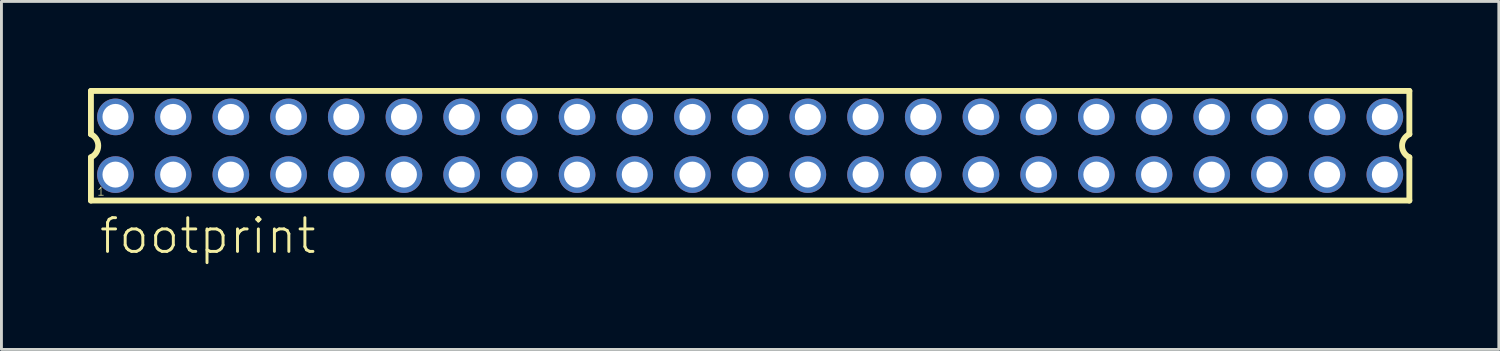
<source format=kicad_pcb>
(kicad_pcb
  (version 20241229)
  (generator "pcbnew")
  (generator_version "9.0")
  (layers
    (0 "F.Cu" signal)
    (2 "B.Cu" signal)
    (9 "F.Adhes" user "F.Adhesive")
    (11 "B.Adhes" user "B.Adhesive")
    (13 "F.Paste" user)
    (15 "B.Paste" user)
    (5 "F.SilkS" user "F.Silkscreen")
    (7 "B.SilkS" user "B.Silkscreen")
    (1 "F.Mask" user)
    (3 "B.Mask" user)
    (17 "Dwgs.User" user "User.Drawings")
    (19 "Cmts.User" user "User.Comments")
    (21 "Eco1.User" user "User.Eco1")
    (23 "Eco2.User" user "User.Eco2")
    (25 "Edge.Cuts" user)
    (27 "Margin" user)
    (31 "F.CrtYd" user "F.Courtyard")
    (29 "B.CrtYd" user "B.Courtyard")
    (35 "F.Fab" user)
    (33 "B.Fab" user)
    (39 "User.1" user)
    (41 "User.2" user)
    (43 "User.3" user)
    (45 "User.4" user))
  (footprint "footprint"
    (layer "F.Cu")
    (at 22.952 2.002)
    (property "Reference" "footprint" (at -22.62 3.81 0) (layer "F.SilkS") (effects (font (size 1.168 1.168) (thickness 0.102)) (justify left bottom)))
    (fp_line (start -22.85 -1.9) (end -22.85 -0.4) (stroke (width 0.203) (type solid)) (layer "F.SilkS"))
    (fp_line (start -22.85 0.4) (end -22.85 1.9) (stroke (width 0.203) (type solid)) (layer "F.SilkS"))
    (fp_line (start -22.85 1.9) (end 22.85 1.9) (stroke (width 0.203) (type solid)) (layer "F.SilkS"))
    (fp_line (start 22.85 -1.9) (end -22.85 -1.9) (stroke (width 0.203) (type solid)) (layer "F.SilkS"))
    (fp_line (start 22.85 -0.4) (end 22.85 -1.9) (stroke (width 0.203) (type solid)) (layer "F.SilkS"))
    (fp_line (start 22.85 1.9) (end 22.85 0.4) (stroke (width 0.203) (type solid)) (layer "F.SilkS"))
    (fp_arc (start -22.85 -0.4) (mid -22.597168 -0.000001) (end -22.849998 0.399999) (stroke (width 0.2032) (type solid)) (layer "F.SilkS"))
    (fp_arc (start 22.85 0.4) (mid 22.597168 0.000001) (end 22.849998 -0.399999) (stroke (width 0.2032) (type solid)) (layer "F.SilkS"))
    (fp_poly (pts (xy -22.25 -0.75) (xy -21.75 -0.75) (xy -21.75 -1.25) (xy -22.25 -1.25)) (stroke (width 0.1) (type solid)) (fill no) (layer "F.Fab"))
    (fp_poly (pts (xy -22.25 1.25) (xy -21.75 1.25) (xy -21.75 0.75) (xy -22.25 0.75)) (stroke (width 0.1) (type solid)) (fill no) (layer "F.Fab"))
    (fp_poly (pts (xy -20.25 -0.75) (xy -19.75 -0.75) (xy -19.75 -1.25) (xy -20.25 -1.25)) (stroke (width 0.1) (type solid)) (fill no) (layer "F.Fab"))
    (fp_poly (pts (xy -20.25 1.25) (xy -19.75 1.25) (xy -19.75 0.75) (xy -20.25 0.75)) (stroke (width 0.1) (type solid)) (fill no) (layer "F.Fab"))
    (fp_poly (pts (xy -18.25 -0.75) (xy -17.75 -0.75) (xy -17.75 -1.25) (xy -18.25 -1.25)) (stroke (width 0.1) (type solid)) (fill no) (layer "F.Fab"))
    (fp_poly (pts (xy -18.25 1.25) (xy -17.75 1.25) (xy -17.75 0.75) (xy -18.25 0.75)) (stroke (width 0.1) (type solid)) (fill no) (layer "F.Fab"))
    (fp_poly (pts (xy -16.25 -0.75) (xy -15.75 -0.75) (xy -15.75 -1.25) (xy -16.25 -1.25)) (stroke (width 0.1) (type solid)) (fill no) (layer "F.Fab"))
    (fp_poly (pts (xy -16.25 1.25) (xy -15.75 1.25) (xy -15.75 0.75) (xy -16.25 0.75)) (stroke (width 0.1) (type solid)) (fill no) (layer "F.Fab"))
    (fp_poly (pts (xy -14.25 -0.75) (xy -13.75 -0.75) (xy -13.75 -1.25) (xy -14.25 -1.25)) (stroke (width 0.1) (type solid)) (fill no) (layer "F.Fab"))
    (fp_poly (pts (xy -14.25 1.25) (xy -13.75 1.25) (xy -13.75 0.75) (xy -14.25 0.75)) (stroke (width 0.1) (type solid)) (fill no) (layer "F.Fab"))
    (fp_poly (pts (xy -12.25 -0.75) (xy -11.75 -0.75) (xy -11.75 -1.25) (xy -12.25 -1.25)) (stroke (width 0.1) (type solid)) (fill no) (layer "F.Fab"))
    (fp_poly (pts (xy -12.25 1.25) (xy -11.75 1.25) (xy -11.75 0.75) (xy -12.25 0.75)) (stroke (width 0.1) (type solid)) (fill no) (layer "F.Fab"))
    (fp_poly (pts (xy -10.25 -0.75) (xy -9.75 -0.75) (xy -9.75 -1.25) (xy -10.25 -1.25)) (stroke (width 0.1) (type solid)) (fill no) (layer "F.Fab"))
    (fp_poly (pts (xy -10.25 1.25) (xy -9.75 1.25) (xy -9.75 0.75) (xy -10.25 0.75)) (stroke (width 0.1) (type solid)) (fill no) (layer "F.Fab"))
    (fp_poly (pts (xy -8.25 -0.75) (xy -7.75 -0.75) (xy -7.75 -1.25) (xy -8.25 -1.25)) (stroke (width 0.1) (type solid)) (fill no) (layer "F.Fab"))
    (fp_poly (pts (xy -8.25 1.25) (xy -7.75 1.25) (xy -7.75 0.75) (xy -8.25 0.75)) (stroke (width 0.1) (type solid)) (fill no) (layer "F.Fab"))
    (fp_poly (pts (xy -6.25 -0.75) (xy -5.75 -0.75) (xy -5.75 -1.25) (xy -6.25 -1.25)) (stroke (width 0.1) (type solid)) (fill no) (layer "F.Fab"))
    (fp_poly (pts (xy -6.25 1.25) (xy -5.75 1.25) (xy -5.75 0.75) (xy -6.25 0.75)) (stroke (width 0.1) (type solid)) (fill no) (layer "F.Fab"))
    (fp_poly (pts (xy -4.25 -0.75) (xy -3.75 -0.75) (xy -3.75 -1.25) (xy -4.25 -1.25)) (stroke (width 0.1) (type solid)) (fill no) (layer "F.Fab"))
    (fp_poly (pts (xy -4.25 1.25) (xy -3.75 1.25) (xy -3.75 0.75) (xy -4.25 0.75)) (stroke (width 0.1) (type solid)) (fill no) (layer "F.Fab"))
    (fp_poly (pts (xy -2.25 -0.75) (xy -1.75 -0.75) (xy -1.75 -1.25) (xy -2.25 -1.25)) (stroke (width 0.1) (type solid)) (fill no) (layer "F.Fab"))
    (fp_poly (pts (xy -2.25 1.25) (xy -1.75 1.25) (xy -1.75 0.75) (xy -2.25 0.75)) (stroke (width 0.1) (type solid)) (fill no) (layer "F.Fab"))
    (fp_poly (pts (xy -0.25 -0.75) (xy 0.25 -0.75) (xy 0.25 -1.25) (xy -0.25 -1.25)) (stroke (width 0.1) (type solid)) (fill no) (layer "F.Fab"))
    (fp_poly (pts (xy -0.25 1.25) (xy 0.25 1.25) (xy 0.25 0.75) (xy -0.25 0.75)) (stroke (width 0.1) (type solid)) (fill no) (layer "F.Fab"))
    (fp_poly (pts (xy 1.75 -0.75) (xy 2.25 -0.75) (xy 2.25 -1.25) (xy 1.75 -1.25)) (stroke (width 0.1) (type solid)) (fill no) (layer "F.Fab"))
    (fp_poly (pts (xy 1.75 1.25) (xy 2.25 1.25) (xy 2.25 0.75) (xy 1.75 0.75)) (stroke (width 0.1) (type solid)) (fill no) (layer "F.Fab"))
    (fp_poly (pts (xy 3.75 -0.75) (xy 4.25 -0.75) (xy 4.25 -1.25) (xy 3.75 -1.25)) (stroke (width 0.1) (type solid)) (fill no) (layer "F.Fab"))
    (fp_poly (pts (xy 3.75 1.25) (xy 4.25 1.25) (xy 4.25 0.75) (xy 3.75 0.75)) (stroke (width 0.1) (type solid)) (fill no) (layer "F.Fab"))
    (fp_poly (pts (xy 5.75 -0.75) (xy 6.25 -0.75) (xy 6.25 -1.25) (xy 5.75 -1.25)) (stroke (width 0.1) (type solid)) (fill no) (layer "F.Fab"))
    (fp_poly (pts (xy 5.75 1.25) (xy 6.25 1.25) (xy 6.25 0.75) (xy 5.75 0.75)) (stroke (width 0.1) (type solid)) (fill no) (layer "F.Fab"))
    (fp_poly (pts (xy 7.75 -0.75) (xy 8.25 -0.75) (xy 8.25 -1.25) (xy 7.75 -1.25)) (stroke (width 0.1) (type solid)) (fill no) (layer "F.Fab"))
    (fp_poly (pts (xy 7.75 1.25) (xy 8.25 1.25) (xy 8.25 0.75) (xy 7.75 0.75)) (stroke (width 0.1) (type solid)) (fill no) (layer "F.Fab"))
    (fp_poly (pts (xy 9.75 -0.75) (xy 10.25 -0.75) (xy 10.25 -1.25) (xy 9.75 -1.25)) (stroke (width 0.1) (type solid)) (fill no) (layer "F.Fab"))
    (fp_poly (pts (xy 9.75 1.25) (xy 10.25 1.25) (xy 10.25 0.75) (xy 9.75 0.75)) (stroke (width 0.1) (type solid)) (fill no) (layer "F.Fab"))
    (fp_poly (pts (xy 11.75 -0.75) (xy 12.25 -0.75) (xy 12.25 -1.25) (xy 11.75 -1.25)) (stroke (width 0.1) (type solid)) (fill no) (layer "F.Fab"))
    (fp_poly (pts (xy 11.75 1.25) (xy 12.25 1.25) (xy 12.25 0.75) (xy 11.75 0.75)) (stroke (width 0.1) (type solid)) (fill no) (layer "F.Fab"))
    (fp_poly (pts (xy 13.75 -0.75) (xy 14.25 -0.75) (xy 14.25 -1.25) (xy 13.75 -1.25)) (stroke (width 0.1) (type solid)) (fill no) (layer "F.Fab"))
    (fp_poly (pts (xy 13.75 1.25) (xy 14.25 1.25) (xy 14.25 0.75) (xy 13.75 0.75)) (stroke (width 0.1) (type solid)) (fill no) (layer "F.Fab"))
    (fp_poly (pts (xy 15.75 -0.75) (xy 16.25 -0.75) (xy 16.25 -1.25) (xy 15.75 -1.25)) (stroke (width 0.1) (type solid)) (fill no) (layer "F.Fab"))
    (fp_poly (pts (xy 15.75 1.25) (xy 16.25 1.25) (xy 16.25 0.75) (xy 15.75 0.75)) (stroke (width 0.1) (type solid)) (fill no) (layer "F.Fab"))
    (fp_poly (pts (xy 17.75 -0.75) (xy 18.25 -0.75) (xy 18.25 -1.25) (xy 17.75 -1.25)) (stroke (width 0.1) (type solid)) (fill no) (layer "F.Fab"))
    (fp_poly (pts (xy 17.75 1.25) (xy 18.25 1.25) (xy 18.25 0.75) (xy 17.75 0.75)) (stroke (width 0.1) (type solid)) (fill no) (layer "F.Fab"))
    (fp_poly (pts (xy 19.75 -0.75) (xy 20.25 -0.75) (xy 20.25 -1.25) (xy 19.75 -1.25)) (stroke (width 0.1) (type solid)) (fill no) (layer "F.Fab"))
    (fp_poly (pts (xy 19.75 1.25) (xy 20.25 1.25) (xy 20.25 0.75) (xy 19.75 0.75)) (stroke (width 0.1) (type solid)) (fill no) (layer "F.Fab"))
    (fp_poly (pts (xy 21.75 -0.75) (xy 22.25 -0.75) (xy 22.25 -1.25) (xy 21.75 -1.25)) (stroke (width 0.1) (type solid)) (fill no) (layer "F.Fab"))
    (fp_poly (pts (xy 21.75 1.25) (xy 22.25 1.25) (xy 22.25 0.75) (xy 21.75 0.75)) (stroke (width 0.1) (type solid)) (fill no) (layer "F.Fab"))
    (fp_text user "1" (at -22.65 1.75 0) (layer "F.SilkS") (effects (font (size 0.28 0.28) (thickness 0.024)) (justify left bottom)))
    (pad "1" thru_hole circle (at -22 1) (size 1.27 1.27) (drill 0.9) (layers "*.Cu" "*.Mask"))
    (pad "2" thru_hole circle (at -22 -1) (size 1.27 1.27) (drill 0.9) (layers "*.Cu" "*.Mask"))
    (pad "3" thru_hole circle (at -20 1) (size 1.27 1.27) (drill 0.9) (layers "*.Cu" "*.Mask"))
    (pad "4" thru_hole circle (at -20 -1) (size 1.27 1.27) (drill 0.9) (layers "*.Cu" "*.Mask"))
    (pad "5" thru_hole circle (at -18 1) (size 1.27 1.27) (drill 0.9) (layers "*.Cu" "*.Mask"))
    (pad "6" thru_hole circle (at -18 -1) (size 1.27 1.27) (drill 0.9) (layers "*.Cu" "*.Mask"))
    (pad "7" thru_hole circle (at -16 1) (size 1.27 1.27) (drill 0.9) (layers "*.Cu" "*.Mask"))
    (pad "8" thru_hole circle (at -16 -1) (size 1.27 1.27) (drill 0.9) (layers "*.Cu" "*.Mask"))
    (pad "9" thru_hole circle (at -14 1) (size 1.27 1.27) (drill 0.9) (layers "*.Cu" "*.Mask"))
    (pad "10" thru_hole circle (at -14 -1) (size 1.27 1.27) (drill 0.9) (layers "*.Cu" "*.Mask"))
    (pad "11" thru_hole circle (at -12 1) (size 1.27 1.27) (drill 0.9) (layers "*.Cu" "*.Mask"))
    (pad "12" thru_hole circle (at -12 -1) (size 1.27 1.27) (drill 0.9) (layers "*.Cu" "*.Mask"))
    (pad "13" thru_hole circle (at -10 1) (size 1.27 1.27) (drill 0.9) (layers "*.Cu" "*.Mask"))
    (pad "14" thru_hole circle (at -10 -1) (size 1.27 1.27) (drill 0.9) (layers "*.Cu" "*.Mask"))
    (pad "15" thru_hole circle (at -8 1) (size 1.27 1.27) (drill 0.9) (layers "*.Cu" "*.Mask"))
    (pad "16" thru_hole circle (at -8 -1) (size 1.27 1.27) (drill 0.9) (layers "*.Cu" "*.Mask"))
    (pad "17" thru_hole circle (at -6 1) (size 1.27 1.27) (drill 0.9) (layers "*.Cu" "*.Mask"))
    (pad "18" thru_hole circle (at -6 -1) (size 1.27 1.27) (drill 0.9) (layers "*.Cu" "*.Mask"))
    (pad "19" thru_hole circle (at -4 1) (size 1.27 1.27) (drill 0.9) (layers "*.Cu" "*.Mask"))
    (pad "20" thru_hole circle (at -4 -1) (size 1.27 1.27) (drill 0.9) (layers "*.Cu" "*.Mask"))
    (pad "21" thru_hole circle (at -2 1) (size 1.27 1.27) (drill 0.9) (layers "*.Cu" "*.Mask"))
    (pad "22" thru_hole circle (at -2 -1) (size 1.27 1.27) (drill 0.9) (layers "*.Cu" "*.Mask"))
    (pad "23" thru_hole circle (at 0 1) (size 1.27 1.27) (drill 0.9) (layers "*.Cu" "*.Mask"))
    (pad "24" thru_hole circle (at 0 -1) (size 1.27 1.27) (drill 0.9) (layers "*.Cu" "*.Mask"))
    (pad "25" thru_hole circle (at 2 1) (size 1.27 1.27) (drill 0.9) (layers "*.Cu" "*.Mask"))
    (pad "26" thru_hole circle (at 2 -1) (size 1.27 1.27) (drill 0.9) (layers "*.Cu" "*.Mask"))
    (pad "27" thru_hole circle (at 4 1) (size 1.27 1.27) (drill 0.9) (layers "*.Cu" "*.Mask"))
    (pad "28" thru_hole circle (at 4 -1) (size 1.27 1.27) (drill 0.9) (layers "*.Cu" "*.Mask"))
    (pad "29" thru_hole circle (at 6 1) (size 1.27 1.27) (drill 0.9) (layers "*.Cu" "*.Mask"))
    (pad "30" thru_hole circle (at 6 -1) (size 1.27 1.27) (drill 0.9) (layers "*.Cu" "*.Mask"))
    (pad "31" thru_hole circle (at 8 1) (size 1.27 1.27) (drill 0.9) (layers "*.Cu" "*.Mask"))
    (pad "32" thru_hole circle (at 8 -1) (size 1.27 1.27) (drill 0.9) (layers "*.Cu" "*.Mask"))
    (pad "33" thru_hole circle (at 10 1) (size 1.27 1.27) (drill 0.9) (layers "*.Cu" "*.Mask"))
    (pad "34" thru_hole circle (at 10 -1) (size 1.27 1.27) (drill 0.9) (layers "*.Cu" "*.Mask"))
    (pad "35" thru_hole circle (at 12 1) (size 1.27 1.27) (drill 0.9) (layers "*.Cu" "*.Mask"))
    (pad "36" thru_hole circle (at 12 -1) (size 1.27 1.27) (drill 0.9) (layers "*.Cu" "*.Mask"))
    (pad "37" thru_hole circle (at 14 1) (size 1.27 1.27) (drill 0.9) (layers "*.Cu" "*.Mask"))
    (pad "38" thru_hole circle (at 14 -1) (size 1.27 1.27) (drill 0.9) (layers "*.Cu" "*.Mask"))
    (pad "39" thru_hole circle (at 16 1) (size 1.27 1.27) (drill 0.9) (layers "*.Cu" "*.Mask"))
    (pad "40" thru_hole circle (at 16 -1) (size 1.27 1.27) (drill 0.9) (layers "*.Cu" "*.Mask"))
    (pad "41" thru_hole circle (at 18 1) (size 1.27 1.27) (drill 0.9) (layers "*.Cu" "*.Mask"))
    (pad "42" thru_hole circle (at 18 -1) (size 1.27 1.27) (drill 0.9) (layers "*.Cu" "*.Mask"))
    (pad "43" thru_hole circle (at 20 1) (size 1.27 1.27) (drill 0.9) (layers "*.Cu" "*.Mask"))
    (pad "44" thru_hole circle (at 20 -1) (size 1.27 1.27) (drill 0.9) (layers "*.Cu" "*.Mask"))
    (pad "45" thru_hole circle (at 22 1) (size 1.27 1.27) (drill 0.9) (layers "*.Cu" "*.Mask"))
    (pad "46" thru_hole circle (at 22 -1) (size 1.27 1.27) (drill 0.9) (layers "*.Cu" "*.Mask")))
  (gr_rect
    (start -3 -3)
    (end 48.903 9.062)
    (stroke (width 0.1) (type default))
    (fill no)
    (layer "Edge.Cuts")))
</source>
